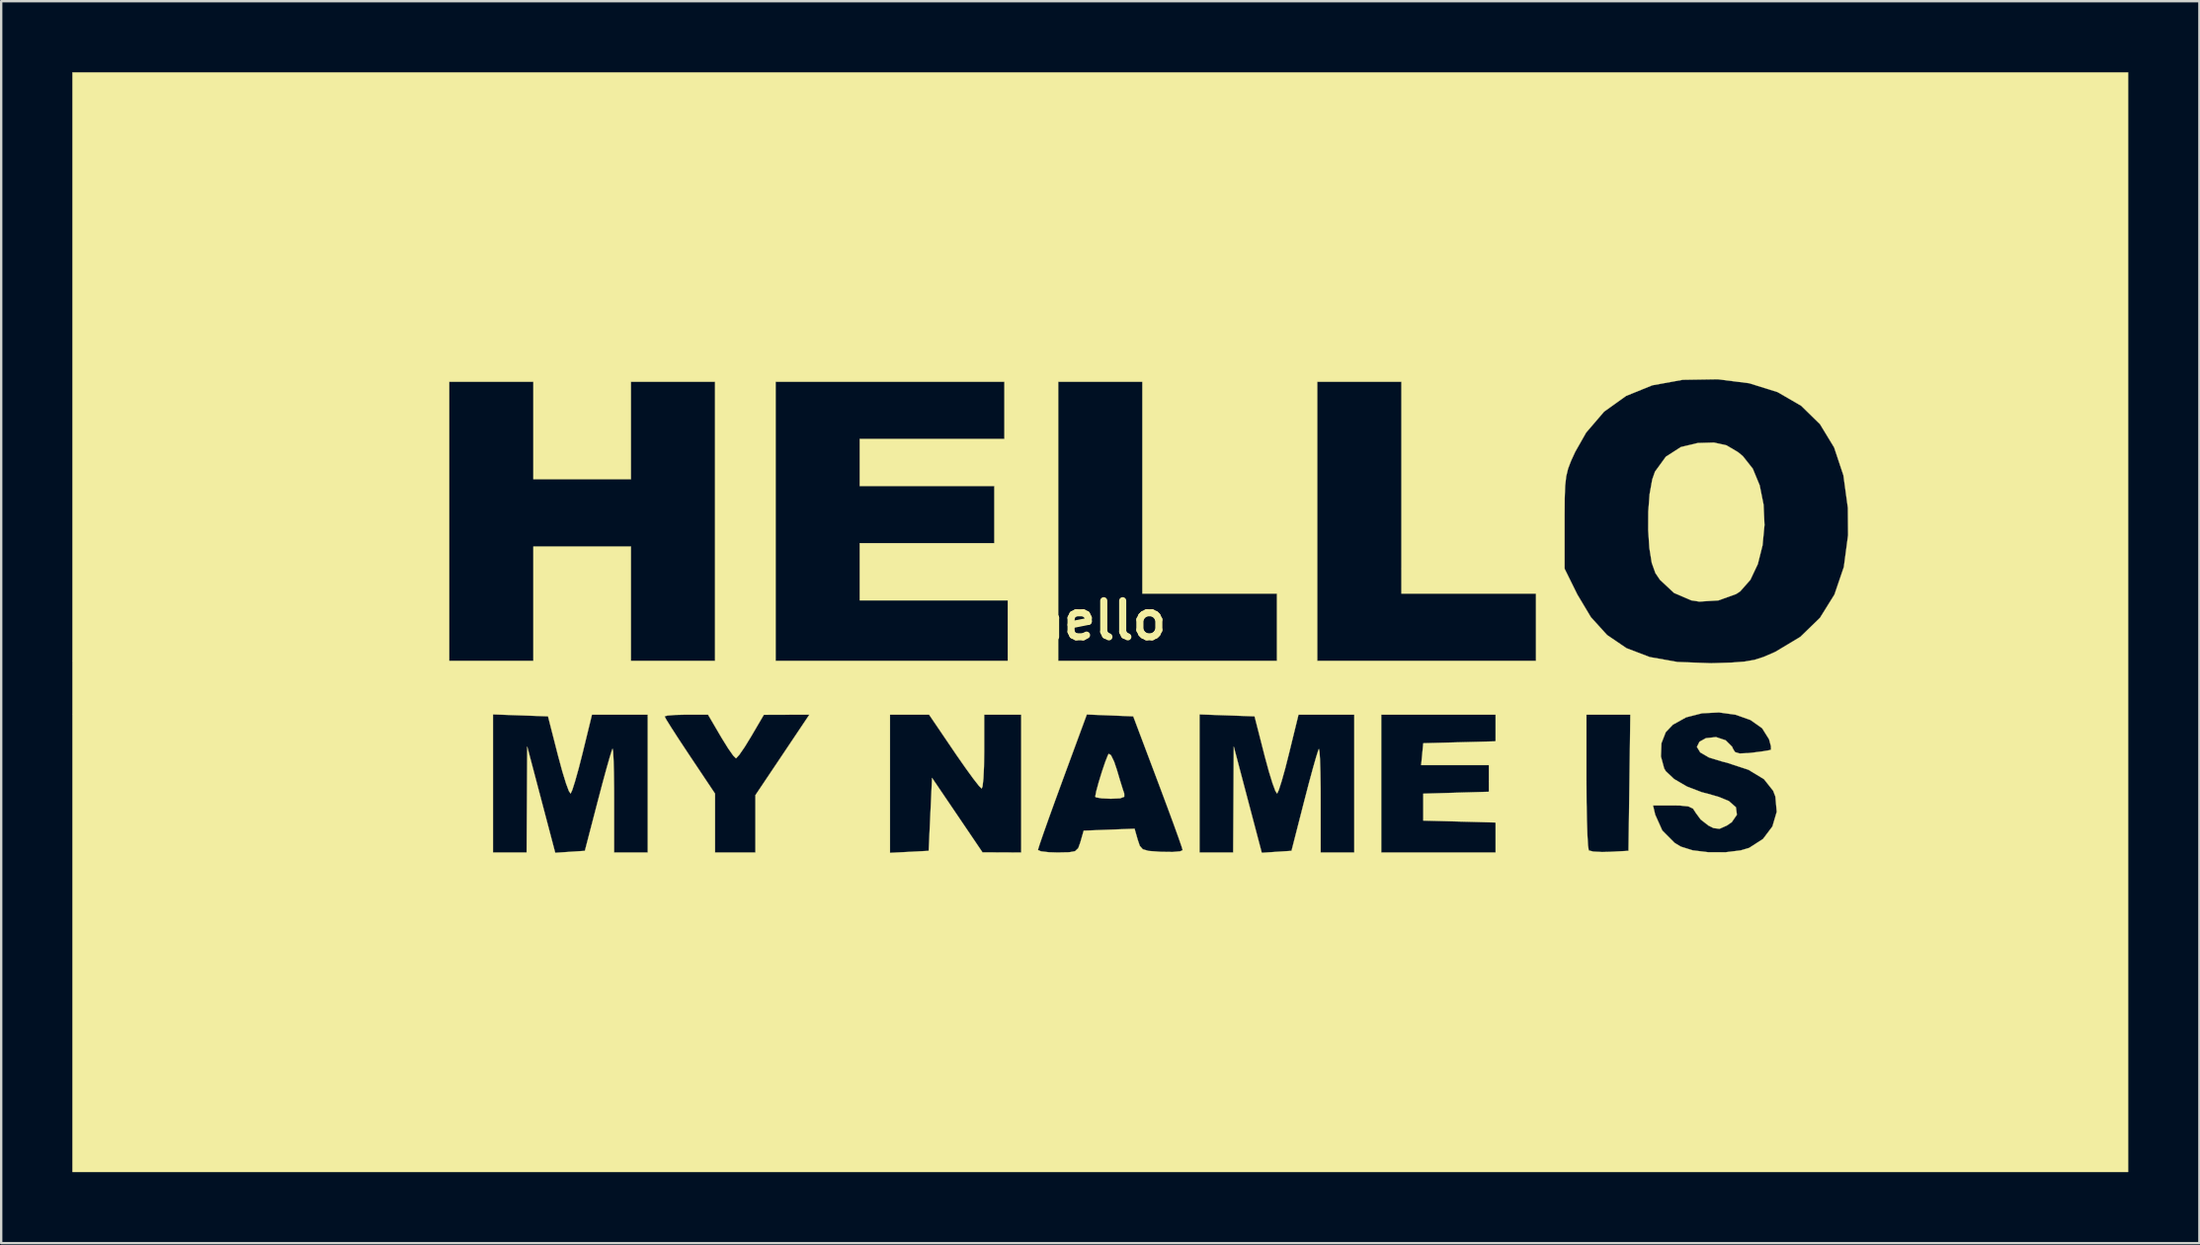
<source format=kicad_pcb>
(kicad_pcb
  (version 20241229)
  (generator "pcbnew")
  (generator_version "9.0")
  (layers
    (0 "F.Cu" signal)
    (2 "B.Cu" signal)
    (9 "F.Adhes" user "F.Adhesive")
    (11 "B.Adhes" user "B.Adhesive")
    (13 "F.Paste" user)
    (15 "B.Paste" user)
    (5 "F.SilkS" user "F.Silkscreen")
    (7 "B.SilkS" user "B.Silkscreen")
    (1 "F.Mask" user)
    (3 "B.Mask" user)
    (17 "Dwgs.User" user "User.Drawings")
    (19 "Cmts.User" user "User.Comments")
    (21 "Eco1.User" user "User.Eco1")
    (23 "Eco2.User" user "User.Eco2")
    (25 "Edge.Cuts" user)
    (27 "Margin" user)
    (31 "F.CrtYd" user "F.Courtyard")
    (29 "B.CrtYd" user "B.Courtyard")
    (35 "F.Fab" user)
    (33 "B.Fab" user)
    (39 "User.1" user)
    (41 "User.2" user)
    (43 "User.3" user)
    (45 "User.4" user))
  (footprint "hello"
    (layer "F.Cu")
    (at 43.284 23.135)
    (property "Reference" "hello" (at 0 0 0) (layer "F.SilkS") (effects (font (size 1.524 1.524) (thickness 0.3))))
    (attr through_hole)
    (fp_poly (pts (xy 0.522 5.683) (xy 0.654 5.954) (xy 0.769 6.295) (xy 0.909 6.766) (xy 1.028 7.147) (xy 1.082 7.303) (xy 1.082 7.438) (xy 0.909 7.504) (xy 0.512 7.521) (xy 0.126 7.504) (xy -0.109 7.463) (xy -0.142 7.436) (xy -0.1 7.21) (xy 0.004 6.827) (xy 0.141 6.381) (xy 0.28 5.97) (xy 0.391 5.688) (xy 0.427 5.626) (xy 0.522 5.683)) (stroke (width 0.01) (type solid)) (fill yes) (layer "F.SilkS"))
    (fp_poly (pts (xy 26.482 -7.392) (xy 26.963 -7.108) (xy 27.172 -6.936) (xy 27.591 -6.406) (xy 27.881 -5.705) (xy 28.044 -4.894) (xy 28.084 -4.03) (xy 28.002 -3.173) (xy 27.803 -2.382) (xy 27.488 -1.715) (xy 27.061 -1.231) (xy 26.89 -1.118) (xy 26.142 -0.849) (xy 25.337 -0.798) (xy 24.992 -0.852) (xy 24.268 -1.164) (xy 23.678 -1.715) (xy 23.484 -2.001) (xy 23.33 -2.433) (xy 23.229 -3.063) (xy 23.18 -3.81) (xy 23.183 -4.595) (xy 23.24 -5.337) (xy 23.351 -5.954) (xy 23.466 -6.282) (xy 23.924 -6.912) (xy 24.556 -7.319) (xy 25.269 -7.49) (xy 25.953 -7.509) (xy 26.482 -7.392)) (stroke (width 0.01) (type solid)) (fill yes) (layer "F.SilkS"))
    (fp_poly (pts (xy 43.421 23.272) (xy -43.279 23.272) (xy -43.279 9.791) (xy -25.542 9.791) (xy -24.123 9.791) (xy -24.11 7.556) (xy -24.098 5.321) (xy -23.507 7.562) (xy -22.917 9.803) (xy -22.292 9.761) (xy -21.667 9.72) (xy -21.116 7.598) (xy -20.922 6.863) (xy -20.749 6.229) (xy -20.611 5.747) (xy -20.522 5.463) (xy -20.499 5.41) (xy -20.477 5.521) (xy -20.458 5.87) (xy -20.443 6.41) (xy -20.435 7.095) (xy -20.434 7.568) (xy -20.434 9.791) (xy -19.015 9.791) (xy -19.015 4.047) (xy -18.305 4.047) (xy -18.23 4.186) (xy -18.026 4.514) (xy -17.721 4.987) (xy -17.344 5.558) (xy -17.241 5.713) (xy -16.177 7.306) (xy -16.177 9.791) (xy -14.474 9.791) (xy -14.474 7.37) (xy -13.336 5.672) (xy -12.198 3.973) (xy -8.798 3.973) (xy -8.798 9.805) (xy -7.982 9.763) (xy -7.166 9.72) (xy -7.024 6.641) (xy -5.96 8.212) (xy -4.896 9.784) (xy -3.264 9.791) (xy -3.264 9.685) (xy -2.558 9.685) (xy -2.427 9.741) (xy -2.091 9.78) (xy -1.723 9.791) (xy 4.257 9.791) (xy 5.676 9.791) (xy 5.689 7.556) (xy 5.701 5.321) (xy 6.292 7.562) (xy 6.882 9.803) (xy 7.509 9.761) (xy 8.136 9.72) (xy 8.676 7.607) (xy 8.867 6.872) (xy 9.039 6.238) (xy 9.177 5.755) (xy 9.267 5.472) (xy 9.291 5.419) (xy 9.316 5.527) (xy 9.338 5.872) (xy 9.354 6.41) (xy 9.364 7.094) (xy 9.365 7.568) (xy 9.365 9.791) (xy 10.784 9.791) (xy 10.784 3.973) (xy 11.92 3.973) (xy 11.92 9.791) (xy 16.744 9.791) (xy 16.744 8.524) (xy 15.219 8.483) (xy 13.693 8.443) (xy 13.693 7.308) (xy 15.077 7.267) (xy 16.46 7.227) (xy 16.46 6.102) (xy 13.604 6.102) (xy 13.649 5.641) (xy 13.693 5.179) (xy 15.219 5.139) (xy 16.744 5.099) (xy 16.744 3.973) (xy 20.575 3.973) (xy 20.575 6.788) (xy 20.58 7.654) (xy 20.594 8.423) (xy 20.615 9.049) (xy 20.641 9.488) (xy 20.671 9.694) (xy 20.676 9.703) (xy 20.863 9.751) (xy 21.239 9.77) (xy 21.563 9.762) (xy 22.349 9.72) (xy 22.375 7.804) (xy 23.383 7.804) (xy 23.475 8.195) (xy 23.774 8.861) (xy 24.297 9.386) (xy 24.559 9.543) (xy 25.058 9.699) (xy 25.72 9.779) (xy 26.431 9.781) (xy 27.08 9.701) (xy 27.438 9.595) (xy 28.022 9.219) (xy 28.419 8.691) (xy 28.601 8.073) (xy 28.544 7.43) (xy 28.451 7.186) (xy 28.062 6.695) (xy 27.408 6.299) (xy 26.485 5.996) (xy 26.328 5.959) (xy 25.744 5.781) (xy 25.374 5.565) (xy 25.234 5.335) (xy 25.343 5.116) (xy 25.613 4.966) (xy 26.04 4.92) (xy 26.446 5.055) (xy 26.72 5.328) (xy 26.752 5.406) (xy 26.842 5.553) (xy 27.036 5.611) (xy 27.409 5.595) (xy 27.571 5.578) (xy 27.996 5.523) (xy 28.286 5.474) (xy 28.359 5.452) (xy 28.356 5.304) (xy 28.277 5.011) (xy 27.984 4.545) (xy 27.494 4.199) (xy 26.866 3.976) (xy 26.164 3.879) (xy 25.448 3.915) (xy 24.78 4.086) (xy 24.221 4.396) (xy 23.919 4.713) (xy 23.738 5.178) (xy 23.716 5.736) (xy 23.852 6.241) (xy 23.919 6.356) (xy 24.274 6.691) (xy 24.814 7.006) (xy 25.439 7.246) (xy 25.684 7.308) (xy 26.157 7.444) (xy 26.579 7.617) (xy 26.88 7.881) (xy 26.92 8.196) (xy 26.705 8.51) (xy 26.5 8.651) (xy 26.19 8.789) (xy 25.936 8.76) (xy 25.719 8.652) (xy 25.391 8.395) (xy 25.189 8.12) (xy 25.072 7.94) (xy 24.874 7.844) (xy 24.516 7.808) (xy 24.216 7.804) (xy 23.383 7.804) (xy 22.375 7.804) (xy 22.388 6.847) (xy 22.426 3.973) (xy 20.575 3.973) (xy 16.744 3.973) (xy 11.92 3.973) (xy 10.784 3.973) (xy 8.431 3.973) (xy 8.032 5.605) (xy 7.869 6.248) (xy 7.719 6.783) (xy 7.6 7.153) (xy 7.53 7.302) (xy 7.458 7.198) (xy 7.336 6.87) (xy 7.181 6.366) (xy 7.01 5.738) (xy 7.002 5.705) (xy 6.578 4.044) (xy 4.257 3.962) (xy 4.257 9.791) (xy -1.723 9.791) (xy -1.256 9.783) (xy -0.994 9.735) (xy -0.859 9.608) (xy -0.771 9.365) (xy -0.761 9.33) (xy -0.629 8.869) (xy 0.444 8.828) (xy 1.517 8.787) (xy 1.65 9.253) (xy 1.737 9.509) (xy 1.864 9.653) (xy 2.105 9.723) (xy 2.538 9.756) (xy 2.665 9.762) (xy 3.123 9.768) (xy 3.441 9.74) (xy 3.546 9.691) (xy 3.498 9.53) (xy 3.364 9.145) (xy 3.159 8.576) (xy 2.897 7.865) (xy 2.594 7.053) (xy 2.503 6.811) (xy 1.461 4.044) (xy 0.482 4.005) (xy -0.497 3.966) (xy -1.53 6.772) (xy -1.837 7.612) (xy -2.107 8.361) (xy -2.326 8.98) (xy -2.48 9.427) (xy -2.554 9.661) (xy -2.558 9.685) (xy -3.264 9.685) (xy -3.264 3.973) (xy -4.825 3.973) (xy -4.825 5.534) (xy -4.834 6.161) (xy -4.858 6.667) (xy -4.894 6.995) (xy -4.931 7.091) (xy -5.046 6.979) (xy -5.285 6.674) (xy -5.615 6.219) (xy -6.005 5.66) (xy -6.093 5.53) (xy -7.149 3.973) (xy -8.798 3.973) (xy -12.198 3.973) (xy -14.119 3.979) (xy -14.657 4.898) (xy -14.927 5.339) (xy -15.151 5.664) (xy -15.285 5.812) (xy -15.295 5.815) (xy -15.41 5.7) (xy -15.622 5.399) (xy -15.887 4.972) (xy -15.934 4.893) (xy -16.472 3.973) (xy -17.388 3.973) (xy -17.856 3.984) (xy -18.187 4.011) (xy -18.305 4.047) (xy -19.015 4.047) (xy -19.015 3.973) (xy -21.368 3.973) (xy -21.766 5.605) (xy -21.93 6.248) (xy -22.08 6.783) (xy -22.198 7.153) (xy -22.268 7.302) (xy -22.341 7.198) (xy -22.463 6.87) (xy -22.618 6.366) (xy -22.788 5.738) (xy -22.797 5.705) (xy -23.221 4.044) (xy -25.542 3.962) (xy -25.542 9.791) (xy -43.279 9.791) (xy -43.279 -10.075) (xy -27.387 -10.075) (xy -27.387 1.703) (xy -23.839 1.703) (xy -23.839 -3.122) (xy -19.724 -3.122) (xy -19.724 1.703) (xy -16.177 1.703) (xy -16.177 -10.075) (xy -13.622 -10.075) (xy -13.622 1.703) (xy -3.831 1.703) (xy -3.831 -0.851) (xy -10.075 -0.851) (xy -10.075 -3.264) (xy -4.399 -3.264) (xy -4.399 -5.676) (xy -10.075 -5.676) (xy -10.075 -7.663) (xy -3.973 -7.663) (xy -3.973 -10.075) (xy -1.703 -10.075) (xy -1.703 1.703) (xy 7.521 1.703) (xy 7.521 -1.135) (xy 1.845 -1.135) (xy 1.845 -10.075) (xy 9.223 -10.075) (xy 9.223 1.703) (xy 18.447 1.703) (xy 18.447 -1.135) (xy 12.771 -1.135) (xy 12.771 -4.179) (xy 19.653 -4.179) (xy 19.653 -2.186) (xy 20.189 -1.1) (xy 20.763 -0.14) (xy 21.445 0.612) (xy 22.263 1.168) (xy 23.244 1.543) (xy 24.415 1.75) (xy 25.804 1.802) (xy 25.97 1.799) (xy 26.707 1.775) (xy 27.243 1.734) (xy 27.661 1.661) (xy 28.041 1.54) (xy 28.468 1.356) (xy 28.546 1.32) (xy 29.595 0.691) (xy 30.425 -0.114) (xy 31.036 -1.096) (xy 31.431 -2.258) (xy 31.61 -3.603) (xy 31.601 -4.754) (xy 31.413 -6.128) (xy 31.021 -7.305) (xy 30.427 -8.283) (xy 29.632 -9.061) (xy 28.637 -9.638) (xy 27.442 -10.012) (xy 26.109 -10.181) (xy 24.636 -10.158) (xy 23.35 -9.925) (xy 22.247 -9.477) (xy 21.319 -8.813) (xy 20.562 -7.93) (xy 20.1 -7.116) (xy 19.923 -6.731) (xy 19.8 -6.407) (xy 19.721 -6.081) (xy 19.677 -5.686) (xy 19.658 -5.158) (xy 19.653 -4.429) (xy 19.653 -4.179) (xy 12.771 -4.179) (xy 12.771 -10.075) (xy 9.223 -10.075) (xy 1.845 -10.075) (xy -1.703 -10.075) (xy -3.973 -10.075) (xy -13.622 -10.075) (xy -16.177 -10.075) (xy -19.724 -10.075) (xy -19.724 -5.96) (xy -23.839 -5.96) (xy -23.839 -10.075) (xy -27.387 -10.075) (xy -43.279 -10.075) (xy -43.279 -23.13) (xy 43.421 -23.13) (xy 43.421 23.272)) (stroke (width 0.01) (type solid)) (fill yes) (layer "F.SilkS")))
  (gr_rect
    (start -3 -3)
    (end 89.711 49.411)
    (stroke (width 0.1) (type default))
    (fill no)
    (layer "Edge.Cuts")))
</source>
